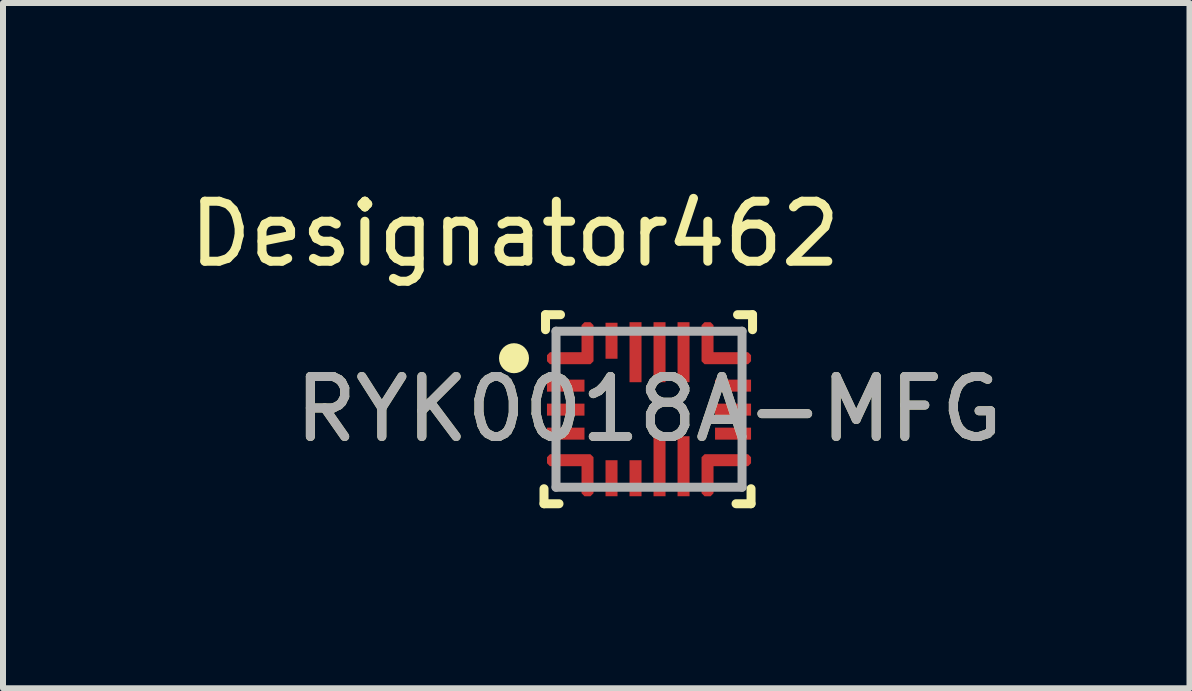
<source format=kicad_pcb>
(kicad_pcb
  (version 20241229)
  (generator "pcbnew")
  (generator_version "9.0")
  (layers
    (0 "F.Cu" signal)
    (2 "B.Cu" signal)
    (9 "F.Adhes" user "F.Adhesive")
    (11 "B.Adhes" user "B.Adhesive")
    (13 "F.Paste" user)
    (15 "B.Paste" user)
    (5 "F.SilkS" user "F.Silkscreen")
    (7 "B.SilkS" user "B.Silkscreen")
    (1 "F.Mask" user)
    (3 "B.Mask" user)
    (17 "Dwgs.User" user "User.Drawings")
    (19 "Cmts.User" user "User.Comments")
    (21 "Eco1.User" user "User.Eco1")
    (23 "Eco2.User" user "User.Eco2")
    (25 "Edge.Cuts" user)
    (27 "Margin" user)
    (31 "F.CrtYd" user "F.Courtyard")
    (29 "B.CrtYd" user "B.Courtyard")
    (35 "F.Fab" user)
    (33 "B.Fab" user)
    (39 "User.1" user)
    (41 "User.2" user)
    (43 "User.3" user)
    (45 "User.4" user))
  (footprint "RYK0018A-MFG"
    (layer "F.Cu")
    (at 7.765 3.769)
    (property "Reference" "RYK0018A-MFG" (at 0 0 0) (unlocked yes) (layer "F.SilkS") (effects (font (size 1 1) (thickness 0.15))))
    (attr smd)
    (fp_poly (pts (xy -1.651 -0.75) (xy -1.7 -0.8) (xy -1.7 -0.9) (xy -1.651 -0.95) (xy -1.125 -0.95) (xy -1.125 -1.4) (xy -1.075 -1.45) (xy -0.976 -1.45) (xy -0.925 -1.4) (xy -0.925 -0.8) (xy -0.976 -0.75)) (stroke (width 0) (type solid)) (fill yes) (layer "F.Cu"))
    (fp_poly (pts (xy -1.651 0.75) (xy -1.7 0.8) (xy -1.7 0.9) (xy -1.651 0.95) (xy -1.125 0.95) (xy -1.125 1.4) (xy -1.076 1.45) (xy -0.976 1.45) (xy -0.925 1.4) (xy -0.925 0.8) (xy -0.976 0.75)) (stroke (width 0) (type solid)) (fill yes) (layer "F.Cu"))
    (fp_poly (pts (xy 1.651 -0.75) (xy 1.7 -0.8) (xy 1.7 -0.9) (xy 1.651 -0.95) (xy 1.075 -0.95) (xy 1.075 -1.4) (xy 1.026 -1.45) (xy 0.925 -1.45) (xy 0.875 -1.4) (xy 0.875 -0.8) (xy 0.925 -0.75)) (stroke (width 0) (type solid)) (fill yes) (layer "F.Cu"))
    (fp_poly (pts (xy 1.651 0.75) (xy 1.7 0.8) (xy 1.7 0.9) (xy 1.651 0.95) (xy 1.075 0.95) (xy 1.075 1.4) (xy 1.026 1.45) (xy 0.925 1.45) (xy 0.875 1.4) (xy 0.875 0.8) (xy 0.925 0.75)) (stroke (width 0) (type solid)) (fill yes) (layer "F.Cu"))
    (fp_poly (pts (xy -1.651 -0.75) (xy -1.7 -0.8) (xy -1.7 -0.9) (xy -1.651 -0.95) (xy -1.125 -0.95) (xy -1.125 -1.4) (xy -1.075 -1.45) (xy -0.976 -1.45) (xy -0.925 -1.4) (xy -0.925 -0.8) (xy -0.976 -0.75)) (stroke (width 0) (type solid)) (fill yes) (layer "F.Mask"))
    (fp_poly (pts (xy -1.651 0.75) (xy -1.7 0.8) (xy -1.7 0.9) (xy -1.651 0.95) (xy -1.125 0.95) (xy -1.125 1.4) (xy -1.076 1.45) (xy -0.976 1.45) (xy -0.925 1.4) (xy -0.925 0.8) (xy -0.976 0.75)) (stroke (width 0) (type solid)) (fill yes) (layer "F.Mask"))
    (fp_poly (pts (xy 1.651 -0.75) (xy 1.7 -0.8) (xy 1.7 -0.9) (xy 1.651 -0.95) (xy 1.075 -0.95) (xy 1.075 -1.4) (xy 1.026 -1.45) (xy 0.925 -1.45) (xy 0.875 -1.4) (xy 0.875 -0.8) (xy 0.925 -0.75)) (stroke (width 0) (type solid)) (fill yes) (layer "F.Mask"))
    (fp_poly (pts (xy 1.651 0.75) (xy 1.7 0.8) (xy 1.7 0.9) (xy 1.651 0.95) (xy 1.075 0.95) (xy 1.075 1.4) (xy 1.026 1.45) (xy 0.925 1.45) (xy 0.875 1.4) (xy 0.875 0.8) (xy 0.925 0.75)) (stroke (width 0) (type solid)) (fill yes) (layer "F.Mask"))
    (fp_line (start -1.75 1.575) (end -1.75 1.325) (stroke (width 0.15) (type solid)) (layer "F.SilkS"))
    (fp_line (start -1.75 1.575) (end -1.5 1.575) (stroke (width 0.15) (type solid)) (layer "F.SilkS"))
    (fp_line (start -1.725 -1.575) (end -1.475 -1.575) (stroke (width 0.15) (type solid)) (layer "F.SilkS"))
    (fp_line (start -1.725 -1.325) (end -1.725 -1.575) (stroke (width 0.15) (type solid)) (layer "F.SilkS"))
    (fp_line (start 1.45 1.575) (end 1.7 1.575) (stroke (width 0.15) (type solid)) (layer "F.SilkS"))
    (fp_line (start 1.475 -1.575) (end 1.725 -1.575) (stroke (width 0.15) (type solid)) (layer "F.SilkS"))
    (fp_line (start 1.7 1.575) (end 1.7 1.325) (stroke (width 0.15) (type solid)) (layer "F.SilkS"))
    (fp_line (start 1.725 -1.325) (end 1.725 -1.575) (stroke (width 0.15) (type solid)) (layer "F.SilkS"))
    (fp_circle (center -2.25 -0.85) (end -2.125 -0.85) (stroke (width 0.25) (type solid)) (fill no) (layer "F.SilkS"))
    (fp_poly (pts (xy -1.651 -0.75) (xy -1.7 -0.8) (xy -1.7 -0.9) (xy -1.651 -0.95) (xy -1.125 -0.95) (xy -1.125 -1.4) (xy -1.075 -1.45) (xy -0.976 -1.45) (xy -0.925 -1.4) (xy -0.925 -0.8) (xy -0.976 -0.75)) (stroke (width 0) (type solid)) (fill yes) (layer "F.Paste"))
    (fp_poly (pts (xy -1.651 0.75) (xy -1.7 0.8) (xy -1.7 0.9) (xy -1.651 0.95) (xy -1.125 0.95) (xy -1.125 1.4) (xy -1.076 1.45) (xy -0.976 1.45) (xy -0.925 1.4) (xy -0.925 0.8) (xy -0.976 0.75)) (stroke (width 0) (type solid)) (fill yes) (layer "F.Paste"))
    (fp_poly (pts (xy 1.651 -0.75) (xy 1.7 -0.8) (xy 1.7 -0.9) (xy 1.651 -0.95) (xy 1.075 -0.95) (xy 1.075 -1.4) (xy 1.026 -1.45) (xy 0.925 -1.45) (xy 0.875 -1.4) (xy 0.875 -0.8) (xy 0.925 -0.75)) (stroke (width 0) (type solid)) (fill yes) (layer "F.Paste"))
    (fp_poly (pts (xy 1.651 0.75) (xy 1.7 0.8) (xy 1.7 0.9) (xy 1.651 0.95) (xy 1.075 0.95) (xy 1.075 1.4) (xy 1.026 1.45) (xy 0.925 1.45) (xy 0.875 1.4) (xy 0.875 0.8) (xy 0.925 0.75)) (stroke (width 0) (type solid)) (fill yes) (layer "F.Paste"))
    (fp_line (start -1.55 -1.3) (end 1.55 -1.3) (stroke (width 0.15) (type solid)) (layer "F.Fab"))
    (fp_line (start -1.55 1.3) (end -1.55 -1.3) (stroke (width 0.15) (type solid)) (layer "F.Fab"))
    (fp_line (start -1.55 1.3) (end 1.55 1.3) (stroke (width 0.15) (type solid)) (layer "F.Fab"))
    (fp_line (start 1.55 1.3) (end 1.55 -1.3) (stroke (width 0.15) (type solid)) (layer "F.Fab"))
    (fp_text user "Designator462" (at -2.235 -2.921 0) (unlocked yes) (layer "F.SilkS") (effects (font (size 1 1) (thickness 0.15))))
    (fp_text user "${REFERENCE}" (at 0 0 0) (unlocked yes) (layer "F.Fab") (effects (font (size 1 1) (thickness 0.15))))
    (pad "1" smd circle (at -1.044 -0.881) (size 0.192 0.192) (layers "F.Cu" "F.Mask" "F.Paste"))
    (pad "2" smd rect (at -1.388 -0.393) (size 0.625 0.2) (layers "F.Cu" "F.Mask" "F.Paste"))
    (pad "3" smd rect (at -1.388 0.007) (size 0.625 0.2) (layers "F.Cu" "F.Mask" "F.Paste"))
    (pad "4" smd rect (at -1.388 0.407) (size 0.625 0.2) (layers "F.Cu" "F.Mask" "F.Paste"))
    (pad "5" smd circle (at -1.044 0.881) (size 0.192 0.192) (layers "F.Cu" "F.Mask" "F.Paste"))
    (pad "6" smd rect (at -0.625 1.15) (size 0.2 0.6) (layers "F.Cu" "F.Mask" "F.Paste"))
    (pad "7" smd rect (at -0.225 1.15) (size 0.2 0.6) (layers "F.Cu" "F.Mask" "F.Paste"))
    (pad "8" smd rect (at 0.175 0.95) (size 0.2 1) (layers "F.Cu" "F.Mask" "F.Paste"))
    (pad "9" smd rect (at 0.575 0.95) (size 0.2 1) (layers "F.Cu" "F.Mask" "F.Paste"))
    (pad "10" smd circle (at 1.007 0.881) (size 0.175 0.175) (layers "F.Cu" "F.Mask" "F.Paste"))
    (pad "11" smd rect (at 1.4 0.407 90) (size 0.2 0.6) (layers "F.Cu" "F.Mask" "F.Paste"))
    (pad "12" smd rect (at 1.4 0.007 90) (size 0.2 0.6) (layers "F.Cu" "F.Mask" "F.Paste"))
    (pad "13" smd rect (at 1.4 -0.393 90) (size 0.2 0.6) (layers "F.Cu" "F.Mask" "F.Paste"))
    (pad "14" smd circle (at 1.007 -0.881) (size 0.175 0.175) (layers "F.Cu" "F.Mask" "F.Paste"))
    (pad "15" smd rect (at 0.575 -0.95) (size 0.2 1) (layers "F.Cu" "F.Mask" "F.Paste"))
    (pad "16" smd rect (at 0.175 -0.95) (size 0.2 1) (layers "F.Cu" "F.Mask" "F.Paste"))
    (pad "17" smd rect (at -0.225 -0.95) (size 0.2 1) (layers "F.Cu" "F.Mask" "F.Paste"))
    (pad "18" smd rect (at -0.625 -1.141) (size 0.2 0.6) (layers "F.Cu" "F.Mask" "F.Paste")))
  (gr_rect
    (start -3 -3)
    (end 16.771 8.419)
    (stroke (width 0.1) (type default))
    (fill no)
    (layer "Edge.Cuts")))
</source>
